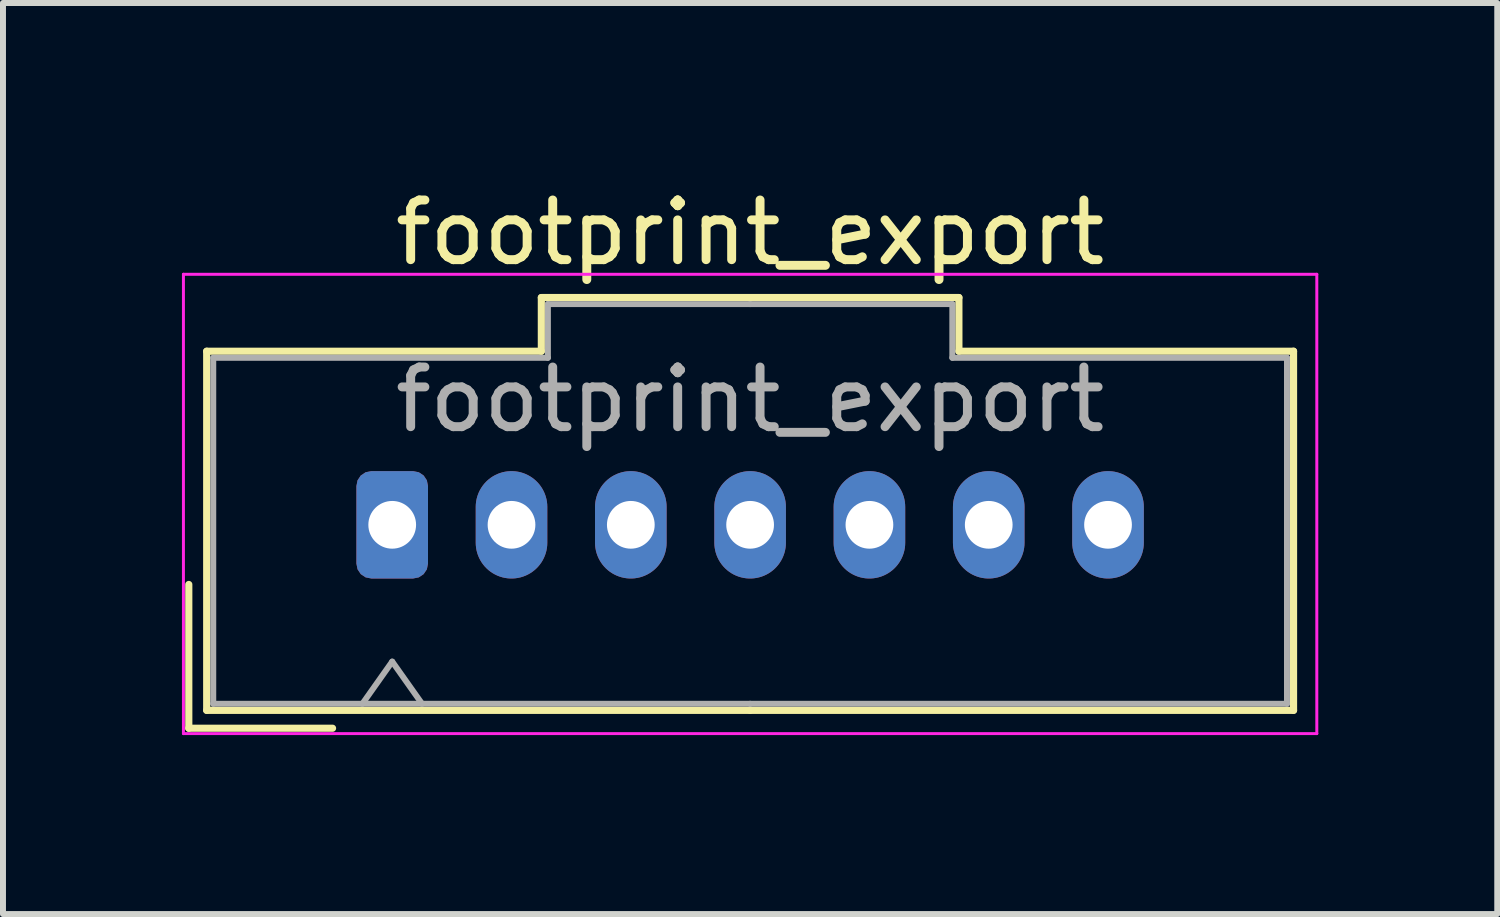
<source format=kicad_pcb>
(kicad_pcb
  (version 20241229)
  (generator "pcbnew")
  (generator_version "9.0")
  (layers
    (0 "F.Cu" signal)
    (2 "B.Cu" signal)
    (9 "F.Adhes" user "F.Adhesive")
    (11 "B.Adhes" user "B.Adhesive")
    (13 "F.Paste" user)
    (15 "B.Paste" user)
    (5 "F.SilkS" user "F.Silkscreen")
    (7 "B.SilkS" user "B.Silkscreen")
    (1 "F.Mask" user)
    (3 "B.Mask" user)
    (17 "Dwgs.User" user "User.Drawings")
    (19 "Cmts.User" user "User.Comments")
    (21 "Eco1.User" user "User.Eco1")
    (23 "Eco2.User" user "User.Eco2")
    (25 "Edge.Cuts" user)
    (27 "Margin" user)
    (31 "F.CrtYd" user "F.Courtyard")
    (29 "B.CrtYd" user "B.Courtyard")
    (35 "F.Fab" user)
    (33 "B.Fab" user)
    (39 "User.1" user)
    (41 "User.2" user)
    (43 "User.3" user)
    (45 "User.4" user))
  (footprint "footprint_export"
    (layer "F.Cu")
    (at 3.525 5.748)
    (property "Reference" "footprint_export" (at 6 -4.9 0) (layer "F.SilkS") (effects (font (size 1 1) (thickness 0.15))))
    (attr through_hole)
    (fp_line (start -3.41 1) (end -3.41 3.41) (stroke (width 0.12) (type solid)) (layer "F.SilkS"))
    (fp_line (start -3.41 3.41) (end -1 3.41) (stroke (width 0.12) (type solid)) (layer "F.SilkS"))
    (fp_line (start -3.11 -2.91) (end -3.11 3.11) (stroke (width 0.12) (type solid)) (layer "F.SilkS"))
    (fp_line (start -3.11 3.11) (end 6 3.11) (stroke (width 0.12) (type solid)) (layer "F.SilkS"))
    (fp_line (start 2.5 -3.81) (end 2.5 -2.91) (stroke (width 0.12) (type solid)) (layer "F.SilkS"))
    (fp_line (start 2.5 -2.91) (end -3.11 -2.91) (stroke (width 0.12) (type solid)) (layer "F.SilkS"))
    (fp_line (start 6 -3.81) (end 2.5 -3.81) (stroke (width 0.12) (type solid)) (layer "F.SilkS"))
    (fp_line (start 6 -3.81) (end 9.5 -3.81) (stroke (width 0.12) (type solid)) (layer "F.SilkS"))
    (fp_line (start 9.5 -3.81) (end 9.5 -2.91) (stroke (width 0.12) (type solid)) (layer "F.SilkS"))
    (fp_line (start 9.5 -2.91) (end 15.11 -2.91) (stroke (width 0.12) (type solid)) (layer "F.SilkS"))
    (fp_line (start 15.11 -2.91) (end 15.11 3.11) (stroke (width 0.12) (type solid)) (layer "F.SilkS"))
    (fp_line (start 15.11 3.11) (end 6 3.11) (stroke (width 0.12) (type solid)) (layer "F.SilkS"))
    (fp_line (start -3.5 -4.2) (end -3.5 3.5) (stroke (width 0.05) (type solid)) (layer "F.CrtYd"))
    (fp_line (start -3.5 3.5) (end 15.5 3.5) (stroke (width 0.05) (type solid)) (layer "F.CrtYd"))
    (fp_line (start 15.5 -4.2) (end -3.5 -4.2) (stroke (width 0.05) (type solid)) (layer "F.CrtYd"))
    (fp_line (start 15.5 3.5) (end 15.5 -4.2) (stroke (width 0.05) (type solid)) (layer "F.CrtYd"))
    (fp_line (start -3 -2.8) (end -3 3) (stroke (width 0.1) (type solid)) (layer "F.Fab"))
    (fp_line (start -3 3) (end 6 3) (stroke (width 0.1) (type solid)) (layer "F.Fab"))
    (fp_line (start -0.5 3) (end 0 2.293) (stroke (width 0.1) (type solid)) (layer "F.Fab"))
    (fp_line (start 0 2.293) (end 0.5 3) (stroke (width 0.1) (type solid)) (layer "F.Fab"))
    (fp_line (start 2.61 -3.7) (end 2.61 -2.8) (stroke (width 0.1) (type solid)) (layer "F.Fab"))
    (fp_line (start 2.61 -2.8) (end -3 -2.8) (stroke (width 0.1) (type solid)) (layer "F.Fab"))
    (fp_line (start 6 -3.7) (end 2.61 -3.7) (stroke (width 0.1) (type solid)) (layer "F.Fab"))
    (fp_line (start 6 -3.7) (end 9.39 -3.7) (stroke (width 0.1) (type solid)) (layer "F.Fab"))
    (fp_line (start 9.39 -3.7) (end 9.39 -2.8) (stroke (width 0.1) (type solid)) (layer "F.Fab"))
    (fp_line (start 9.39 -2.8) (end 15 -2.8) (stroke (width 0.1) (type solid)) (layer "F.Fab"))
    (fp_line (start 15 -2.8) (end 15 3) (stroke (width 0.1) (type solid)) (layer "F.Fab"))
    (fp_line (start 15 3) (end 6 3) (stroke (width 0.1) (type solid)) (layer "F.Fab"))
    (fp_text user "${REFERENCE}" (at 6 -2.1 0) (layer "F.Fab") (effects (font (size 1 1) (thickness 0.15))))
    (pad "1" thru_hole roundrect (at 0 0) (size 1.2 1.8) (drill 0.8) (layers "*.Cu" "*.Mask") (roundrect_rratio 0.208))
    (pad "2" thru_hole oval (at 2 0) (size 1.2 1.8) (drill 0.8) (layers "*.Cu" "*.Mask"))
    (pad "3" thru_hole oval (at 4 0) (size 1.2 1.8) (drill 0.8) (layers "*.Cu" "*.Mask"))
    (pad "4" thru_hole oval (at 6 0) (size 1.2 1.8) (drill 0.8) (layers "*.Cu" "*.Mask"))
    (pad "5" thru_hole oval (at 8 0) (size 1.2 1.8) (drill 0.8) (layers "*.Cu" "*.Mask"))
    (pad "6" thru_hole oval (at 10 0) (size 1.2 1.8) (drill 0.8) (layers "*.Cu" "*.Mask"))
    (pad "7" thru_hole oval (at 12 0) (size 1.2 1.8) (drill 0.8) (layers "*.Cu" "*.Mask")))
  (gr_rect
    (start -3 -3)
    (end 22.05 12.273)
    (stroke (width 0.1) (type default))
    (fill no)
    (layer "Edge.Cuts")))
</source>
